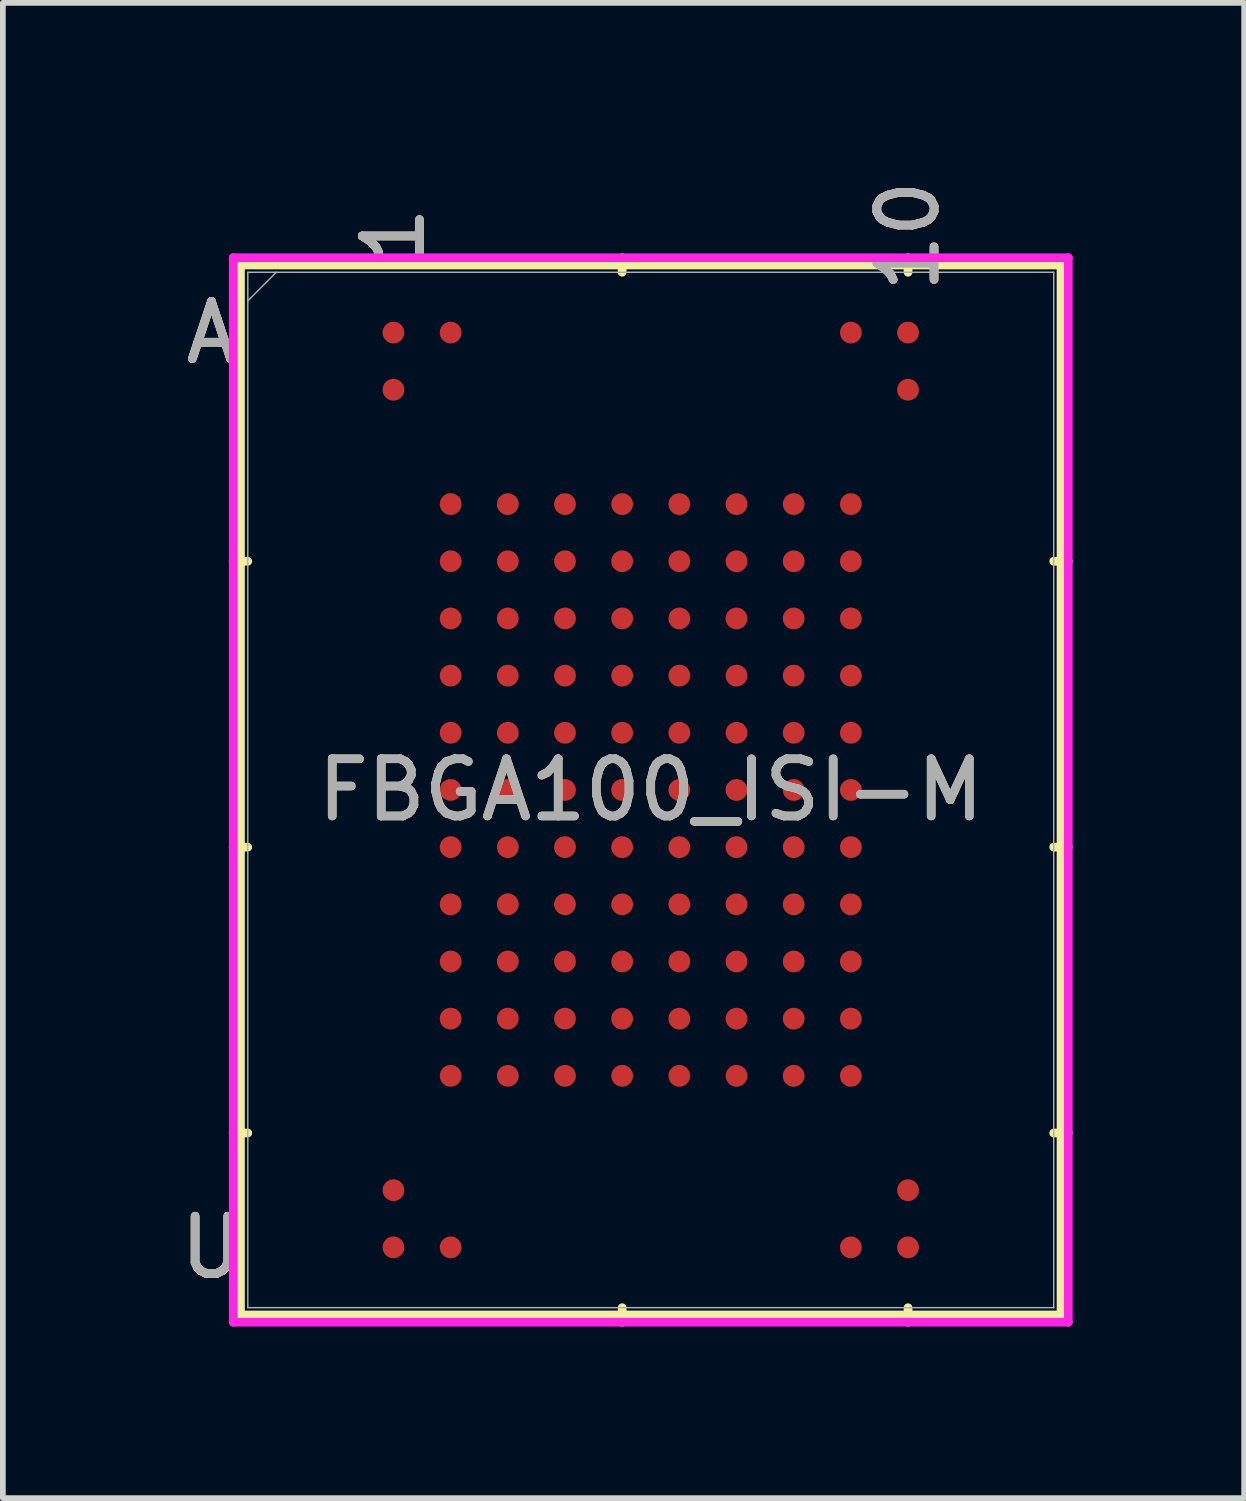
<source format=kicad_pcb>
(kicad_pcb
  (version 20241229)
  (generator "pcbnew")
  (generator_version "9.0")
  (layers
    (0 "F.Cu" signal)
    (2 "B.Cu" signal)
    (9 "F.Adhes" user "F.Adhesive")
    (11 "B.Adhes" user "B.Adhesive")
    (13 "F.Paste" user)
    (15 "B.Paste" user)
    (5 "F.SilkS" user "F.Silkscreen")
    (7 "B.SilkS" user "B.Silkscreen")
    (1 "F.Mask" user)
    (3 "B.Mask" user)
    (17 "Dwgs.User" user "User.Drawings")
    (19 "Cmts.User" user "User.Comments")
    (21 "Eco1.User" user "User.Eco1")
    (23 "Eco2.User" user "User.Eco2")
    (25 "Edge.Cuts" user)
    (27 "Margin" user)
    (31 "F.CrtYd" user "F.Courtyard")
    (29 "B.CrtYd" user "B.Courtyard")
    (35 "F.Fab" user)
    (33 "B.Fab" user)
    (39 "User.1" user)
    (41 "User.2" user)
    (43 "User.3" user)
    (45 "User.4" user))
  (footprint "FBGA100_ISI-M"
    (layer "F.Cu")
    (at 8.332 10.767)
    (property "Reference" "FBGA100_ISI-M" (at 0 0 0) (unlocked yes) (layer "F.SilkS") (effects (font (size 1 1) (thickness 0.15))))
    (attr smd)
    (fp_line (start -7.176 -9.182) (end -7.176 9.182) (stroke (width 0.152) (type solid)) (layer "F.SilkS"))
    (fp_line (start -7.176 9.182) (end 7.176 9.182) (stroke (width 0.152) (type solid)) (layer "F.SilkS"))
    (fp_line (start -7.048 -4) (end -7.303 -4) (stroke (width 0.152) (type solid)) (layer "F.SilkS"))
    (fp_line (start -7.048 1) (end -7.303 1) (stroke (width 0.152) (type solid)) (layer "F.SilkS"))
    (fp_line (start -7.048 6) (end -7.303 6) (stroke (width 0.152) (type solid)) (layer "F.SilkS"))
    (fp_line (start -0.5 -9.055) (end -0.5 -9.309) (stroke (width 0.152) (type solid)) (layer "F.SilkS"))
    (fp_line (start -0.5 9.055) (end -0.5 9.309) (stroke (width 0.152) (type solid)) (layer "F.SilkS"))
    (fp_line (start 4.5 -9.055) (end 4.5 -9.309) (stroke (width 0.152) (type solid)) (layer "F.SilkS"))
    (fp_line (start 4.5 9.055) (end 4.5 9.309) (stroke (width 0.152) (type solid)) (layer "F.SilkS"))
    (fp_line (start 7.048 -4) (end 7.303 -4) (stroke (width 0.152) (type solid)) (layer "F.SilkS"))
    (fp_line (start 7.048 1) (end 7.303 1) (stroke (width 0.152) (type solid)) (layer "F.SilkS"))
    (fp_line (start 7.048 6) (end 7.303 6) (stroke (width 0.152) (type solid)) (layer "F.SilkS"))
    (fp_line (start 7.176 -9.182) (end -7.176 -9.182) (stroke (width 0.152) (type solid)) (layer "F.SilkS"))
    (fp_line (start 7.176 9.182) (end 7.176 -9.182) (stroke (width 0.152) (type solid)) (layer "F.SilkS"))
    (fp_poly (pts (xy -5.508 -9.008) (xy 5.508 -9.008) (xy 5.508 9.008) (xy -5.508 9.008)) (stroke (width 0.1) (type solid)) (fill no) (layer "Eco2.User"))
    (fp_line (start -7.303 -9.309) (end 7.303 -9.309) (stroke (width 0.152) (type solid)) (layer "F.CrtYd"))
    (fp_line (start -7.303 9.309) (end -7.303 -9.309) (stroke (width 0.152) (type solid)) (layer "F.CrtYd"))
    (fp_line (start 7.303 -9.309) (end 7.303 9.309) (stroke (width 0.152) (type solid)) (layer "F.CrtYd"))
    (fp_line (start 7.303 9.309) (end -7.303 9.309) (stroke (width 0.152) (type solid)) (layer "F.CrtYd"))
    (fp_line (start -7.048 -9.055) (end -7.048 9.055) (stroke (width 0.025) (type solid)) (layer "F.Fab"))
    (fp_line (start -7.048 9.055) (end 7.048 9.055) (stroke (width 0.025) (type solid)) (layer "F.Fab"))
    (fp_line (start -6.549 -9.055) (end -7.048 -8.555) (stroke (width 0.025) (type solid)) (layer "F.Fab"))
    (fp_line (start 7.048 -9.055) (end -7.048 -9.055) (stroke (width 0.025) (type solid)) (layer "F.Fab"))
    (fp_line (start 7.048 9.055) (end 7.048 -9.055) (stroke (width 0.025) (type solid)) (layer "F.Fab"))
    (fp_text user "U" (at -7.684 8 0) (unlocked yes) (layer "F.SilkS") (effects (font (size 1 1) (thickness 0.15))))
    (fp_text user "1" (at -4.5 -9.69 90) (unlocked yes) (layer "F.SilkS") (effects (font (size 1 1) (thickness 0.15))))
    (fp_text user "10" (at 4.5 -9.69 90) (unlocked yes) (layer "F.SilkS") (effects (font (size 1 1) (thickness 0.15))))
    (fp_text user "A" (at -7.684 -8 0) (unlocked yes) (layer "F.SilkS") (effects (font (size 1 1) (thickness 0.15))))
    (fp_text user "A" (at -7.684 -8 0) (unlocked yes) (layer "B.SilkS") (effects (font (size 1 1) (thickness 0.15))))
    (fp_text user "1" (at -4.5 -9.69 90) (unlocked yes) (layer "B.SilkS") (effects (font (size 1 1) (thickness 0.15))))
    (fp_text user "10" (at 4.5 -9.69 90) (unlocked yes) (layer "B.SilkS") (effects (font (size 1 1) (thickness 0.15))))
    (fp_text user "U" (at -7.684 8 0) (unlocked yes) (layer "B.SilkS") (effects (font (size 1 1) (thickness 0.15))))
    (fp_text user "1" (at -4.5 -9.69 90) (unlocked yes) (layer "F.Fab") (effects (font (size 1 1) (thickness 0.15))))
    (fp_text user "A" (at -7.684 -8 0) (unlocked yes) (layer "F.Fab") (effects (font (size 1 1) (thickness 0.15))))
    (fp_text user "${REFERENCE}" (at 0 0 0) (unlocked yes) (layer "F.Fab") (effects (font (size 1 1) (thickness 0.15))))
    (fp_text user "10" (at 4.5 -9.69 90) (unlocked yes) (layer "F.Fab") (effects (font (size 1 1) (thickness 0.15))))
    (fp_text user "U" (at -7.684 8 0) (unlocked yes) (layer "F.Fab") (effects (font (size 1 1) (thickness 0.15))))
    (pad "A1" smd circle (at -4.5 -8) (size 0.381 0.381) (layers "F.Cu" "F.Mask" "F.Paste"))
    (pad "A2" smd circle (at -3.5 -8) (size 0.381 0.381) (layers "F.Cu" "F.Mask" "F.Paste"))
    (pad "A9" smd circle (at 3.5 -8) (size 0.381 0.381) (layers "F.Cu" "F.Mask" "F.Paste"))
    (pad "A10" smd circle (at 4.5 -8) (size 0.381 0.381) (layers "F.Cu" "F.Mask" "F.Paste"))
    (pad "B1" smd circle (at -4.5 -7) (size 0.381 0.381) (layers "F.Cu" "F.Mask" "F.Paste"))
    (pad "B10" smd circle (at 4.5 -7) (size 0.381 0.381) (layers "F.Cu" "F.Mask" "F.Paste"))
    (pad "D2" smd circle (at -3.5 -5) (size 0.381 0.381) (layers "F.Cu" "F.Mask" "F.Paste"))
    (pad "D3" smd circle (at -2.5 -5) (size 0.381 0.381) (layers "F.Cu" "F.Mask" "F.Paste"))
    (pad "D4" smd circle (at -1.5 -5) (size 0.381 0.381) (layers "F.Cu" "F.Mask" "F.Paste"))
    (pad "D5" smd circle (at -0.5 -5) (size 0.381 0.381) (layers "F.Cu" "F.Mask" "F.Paste"))
    (pad "D6" smd circle (at 0.5 -5) (size 0.381 0.381) (layers "F.Cu" "F.Mask" "F.Paste"))
    (pad "D7" smd circle (at 1.5 -5) (size 0.381 0.381) (layers "F.Cu" "F.Mask" "F.Paste"))
    (pad "D8" smd circle (at 2.5 -5) (size 0.381 0.381) (layers "F.Cu" "F.Mask" "F.Paste"))
    (pad "D9" smd circle (at 3.5 -5) (size 0.381 0.381) (layers "F.Cu" "F.Mask" "F.Paste"))
    (pad "E2" smd circle (at -3.5 -4) (size 0.381 0.381) (layers "F.Cu" "F.Mask" "F.Paste"))
    (pad "E3" smd circle (at -2.5 -4) (size 0.381 0.381) (layers "F.Cu" "F.Mask" "F.Paste"))
    (pad "E4" smd circle (at -1.5 -4) (size 0.381 0.381) (layers "F.Cu" "F.Mask" "F.Paste"))
    (pad "E5" smd circle (at -0.5 -4) (size 0.381 0.381) (layers "F.Cu" "F.Mask" "F.Paste"))
    (pad "E6" smd circle (at 0.5 -4) (size 0.381 0.381) (layers "F.Cu" "F.Mask" "F.Paste"))
    (pad "E7" smd circle (at 1.5 -4) (size 0.381 0.381) (layers "F.Cu" "F.Mask" "F.Paste"))
    (pad "E8" smd circle (at 2.5 -4) (size 0.381 0.381) (layers "F.Cu" "F.Mask" "F.Paste"))
    (pad "E9" smd circle (at 3.5 -4) (size 0.381 0.381) (layers "F.Cu" "F.Mask" "F.Paste"))
    (pad "F2" smd circle (at -3.5 -3) (size 0.381 0.381) (layers "F.Cu" "F.Mask" "F.Paste"))
    (pad "F3" smd circle (at -2.5 -3) (size 0.381 0.381) (layers "F.Cu" "F.Mask" "F.Paste"))
    (pad "F4" smd circle (at -1.5 -3) (size 0.381 0.381) (layers "F.Cu" "F.Mask" "F.Paste"))
    (pad "F5" smd circle (at -0.5 -3) (size 0.381 0.381) (layers "F.Cu" "F.Mask" "F.Paste"))
    (pad "F6" smd circle (at 0.5 -3) (size 0.381 0.381) (layers "F.Cu" "F.Mask" "F.Paste"))
    (pad "F7" smd circle (at 1.5 -3) (size 0.381 0.381) (layers "F.Cu" "F.Mask" "F.Paste"))
    (pad "F8" smd circle (at 2.5 -3) (size 0.381 0.381) (layers "F.Cu" "F.Mask" "F.Paste"))
    (pad "F9" smd circle (at 3.5 -3) (size 0.381 0.381) (layers "F.Cu" "F.Mask" "F.Paste"))
    (pad "G2" smd circle (at -3.5 -2) (size 0.381 0.381) (layers "F.Cu" "F.Mask" "F.Paste"))
    (pad "G3" smd circle (at -2.5 -2) (size 0.381 0.381) (layers "F.Cu" "F.Mask" "F.Paste"))
    (pad "G4" smd circle (at -1.5 -2) (size 0.381 0.381) (layers "F.Cu" "F.Mask" "F.Paste"))
    (pad "G5" smd circle (at -0.5 -2) (size 0.381 0.381) (layers "F.Cu" "F.Mask" "F.Paste"))
    (pad "G6" smd circle (at 0.5 -2) (size 0.381 0.381) (layers "F.Cu" "F.Mask" "F.Paste"))
    (pad "G7" smd circle (at 1.5 -2) (size 0.381 0.381) (layers "F.Cu" "F.Mask" "F.Paste"))
    (pad "G8" smd circle (at 2.5 -2) (size 0.381 0.381) (layers "F.Cu" "F.Mask" "F.Paste"))
    (pad "G9" smd circle (at 3.5 -2) (size 0.381 0.381) (layers "F.Cu" "F.Mask" "F.Paste"))
    (pad "H2" smd circle (at -3.5 -1) (size 0.381 0.381) (layers "F.Cu" "F.Mask" "F.Paste"))
    (pad "H3" smd circle (at -2.5 -1) (size 0.381 0.381) (layers "F.Cu" "F.Mask" "F.Paste"))
    (pad "H4" smd circle (at -1.5 -1) (size 0.381 0.381) (layers "F.Cu" "F.Mask" "F.Paste"))
    (pad "H5" smd circle (at -0.5 -1) (size 0.381 0.381) (layers "F.Cu" "F.Mask" "F.Paste"))
    (pad "H6" smd circle (at 0.5 -1) (size 0.381 0.381) (layers "F.Cu" "F.Mask" "F.Paste"))
    (pad "H7" smd circle (at 1.5 -1) (size 0.381 0.381) (layers "F.Cu" "F.Mask" "F.Paste"))
    (pad "H8" smd circle (at 2.5 -1) (size 0.381 0.381) (layers "F.Cu" "F.Mask" "F.Paste"))
    (pad "H9" smd circle (at 3.5 -1) (size 0.381 0.381) (layers "F.Cu" "F.Mask" "F.Paste"))
    (pad "J2" smd circle (at -3.5 0) (size 0.381 0.381) (layers "F.Cu" "F.Mask" "F.Paste"))
    (pad "J3" smd circle (at -2.5 0) (size 0.381 0.381) (layers "F.Cu" "F.Mask" "F.Paste"))
    (pad "J4" smd circle (at -1.5 0) (size 0.381 0.381) (layers "F.Cu" "F.Mask" "F.Paste"))
    (pad "J5" smd circle (at -0.5 0) (size 0.381 0.381) (layers "F.Cu" "F.Mask" "F.Paste"))
    (pad "J6" smd circle (at 0.5 0) (size 0.381 0.381) (layers "F.Cu" "F.Mask" "F.Paste"))
    (pad "J7" smd circle (at 1.5 0) (size 0.381 0.381) (layers "F.Cu" "F.Mask" "F.Paste"))
    (pad "J8" smd circle (at 2.5 0) (size 0.381 0.381) (layers "F.Cu" "F.Mask" "F.Paste"))
    (pad "J9" smd circle (at 3.5 0) (size 0.381 0.381) (layers "F.Cu" "F.Mask" "F.Paste"))
    (pad "K2" smd circle (at -3.5 1) (size 0.381 0.381) (layers "F.Cu" "F.Mask" "F.Paste"))
    (pad "K3" smd circle (at -2.5 1) (size 0.381 0.381) (layers "F.Cu" "F.Mask" "F.Paste"))
    (pad "K4" smd circle (at -1.5 1) (size 0.381 0.381) (layers "F.Cu" "F.Mask" "F.Paste"))
    (pad "K5" smd circle (at -0.5 1) (size 0.381 0.381) (layers "F.Cu" "F.Mask" "F.Paste"))
    (pad "K6" smd circle (at 0.5 1) (size 0.381 0.381) (layers "F.Cu" "F.Mask" "F.Paste"))
    (pad "K7" smd circle (at 1.5 1) (size 0.381 0.381) (layers "F.Cu" "F.Mask" "F.Paste"))
    (pad "K8" smd circle (at 2.5 1) (size 0.381 0.381) (layers "F.Cu" "F.Mask" "F.Paste"))
    (pad "K9" smd circle (at 3.5 1) (size 0.381 0.381) (layers "F.Cu" "F.Mask" "F.Paste"))
    (pad "L2" smd circle (at -3.5 2) (size 0.381 0.381) (layers "F.Cu" "F.Mask" "F.Paste"))
    (pad "L3" smd circle (at -2.5 2) (size 0.381 0.381) (layers "F.Cu" "F.Mask" "F.Paste"))
    (pad "L4" smd circle (at -1.5 2) (size 0.381 0.381) (layers "F.Cu" "F.Mask" "F.Paste"))
    (pad "L5" smd circle (at -0.5 2) (size 0.381 0.381) (layers "F.Cu" "F.Mask" "F.Paste"))
    (pad "L6" smd circle (at 0.5 2) (size 0.381 0.381) (layers "F.Cu" "F.Mask" "F.Paste"))
    (pad "L7" smd circle (at 1.5 2) (size 0.381 0.381) (layers "F.Cu" "F.Mask" "F.Paste"))
    (pad "L8" smd circle (at 2.5 2) (size 0.381 0.381) (layers "F.Cu" "F.Mask" "F.Paste"))
    (pad "L9" smd circle (at 3.5 2) (size 0.381 0.381) (layers "F.Cu" "F.Mask" "F.Paste"))
    (pad "M2" smd circle (at -3.5 3) (size 0.381 0.381) (layers "F.Cu" "F.Mask" "F.Paste"))
    (pad "M3" smd circle (at -2.5 3) (size 0.381 0.381) (layers "F.Cu" "F.Mask" "F.Paste"))
    (pad "M4" smd circle (at -1.5 3) (size 0.381 0.381) (layers "F.Cu" "F.Mask" "F.Paste"))
    (pad "M5" smd circle (at -0.5 3) (size 0.381 0.381) (layers "F.Cu" "F.Mask" "F.Paste"))
    (pad "M6" smd circle (at 0.5 3) (size 0.381 0.381) (layers "F.Cu" "F.Mask" "F.Paste"))
    (pad "M7" smd circle (at 1.5 3) (size 0.381 0.381) (layers "F.Cu" "F.Mask" "F.Paste"))
    (pad "M8" smd circle (at 2.5 3) (size 0.381 0.381) (layers "F.Cu" "F.Mask" "F.Paste"))
    (pad "M9" smd circle (at 3.5 3) (size 0.381 0.381) (layers "F.Cu" "F.Mask" "F.Paste"))
    (pad "N2" smd circle (at -3.5 4) (size 0.381 0.381) (layers "F.Cu" "F.Mask" "F.Paste"))
    (pad "N3" smd circle (at -2.5 4) (size 0.381 0.381) (layers "F.Cu" "F.Mask" "F.Paste"))
    (pad "N4" smd circle (at -1.5 4) (size 0.381 0.381) (layers "F.Cu" "F.Mask" "F.Paste"))
    (pad "N5" smd circle (at -0.5 4) (size 0.381 0.381) (layers "F.Cu" "F.Mask" "F.Paste"))
    (pad "N6" smd circle (at 0.5 4) (size 0.381 0.381) (layers "F.Cu" "F.Mask" "F.Paste"))
    (pad "N7" smd circle (at 1.5 4) (size 0.381 0.381) (layers "F.Cu" "F.Mask" "F.Paste"))
    (pad "N8" smd circle (at 2.5 4) (size 0.381 0.381) (layers "F.Cu" "F.Mask" "F.Paste"))
    (pad "N9" smd circle (at 3.5 4) (size 0.381 0.381) (layers "F.Cu" "F.Mask" "F.Paste"))
    (pad "P2" smd circle (at -3.5 5) (size 0.381 0.381) (layers "F.Cu" "F.Mask" "F.Paste"))
    (pad "P3" smd circle (at -2.5 5) (size 0.381 0.381) (layers "F.Cu" "F.Mask" "F.Paste"))
    (pad "P4" smd circle (at -1.5 5) (size 0.381 0.381) (layers "F.Cu" "F.Mask" "F.Paste"))
    (pad "P5" smd circle (at -0.5 5) (size 0.381 0.381) (layers "F.Cu" "F.Mask" "F.Paste"))
    (pad "P6" smd circle (at 0.5 5) (size 0.381 0.381) (layers "F.Cu" "F.Mask" "F.Paste"))
    (pad "P7" smd circle (at 1.5 5) (size 0.381 0.381) (layers "F.Cu" "F.Mask" "F.Paste"))
    (pad "P8" smd circle (at 2.5 5) (size 0.381 0.381) (layers "F.Cu" "F.Mask" "F.Paste"))
    (pad "P9" smd circle (at 3.5 5) (size 0.381 0.381) (layers "F.Cu" "F.Mask" "F.Paste"))
    (pad "T1" smd circle (at -4.5 7) (size 0.381 0.381) (layers "F.Cu" "F.Mask" "F.Paste"))
    (pad "T10" smd circle (at 4.5 7) (size 0.381 0.381) (layers "F.Cu" "F.Mask" "F.Paste"))
    (pad "U1" smd circle (at -4.5 8) (size 0.381 0.381) (layers "F.Cu" "F.Mask" "F.Paste"))
    (pad "U2" smd circle (at -3.5 8) (size 0.381 0.381) (layers "F.Cu" "F.Mask" "F.Paste"))
    (pad "U9" smd circle (at 3.5 8) (size 0.381 0.381) (layers "F.Cu" "F.Mask" "F.Paste"))
    (pad "U10" smd circle (at 4.5 8) (size 0.381 0.381) (layers "F.Cu" "F.Mask" "F.Paste")))
  (gr_rect
    (start -3 -3)
    (end 18.711 23.153)
    (stroke (width 0.1) (type default))
    (fill no)
    (layer "Edge.Cuts")))
</source>
